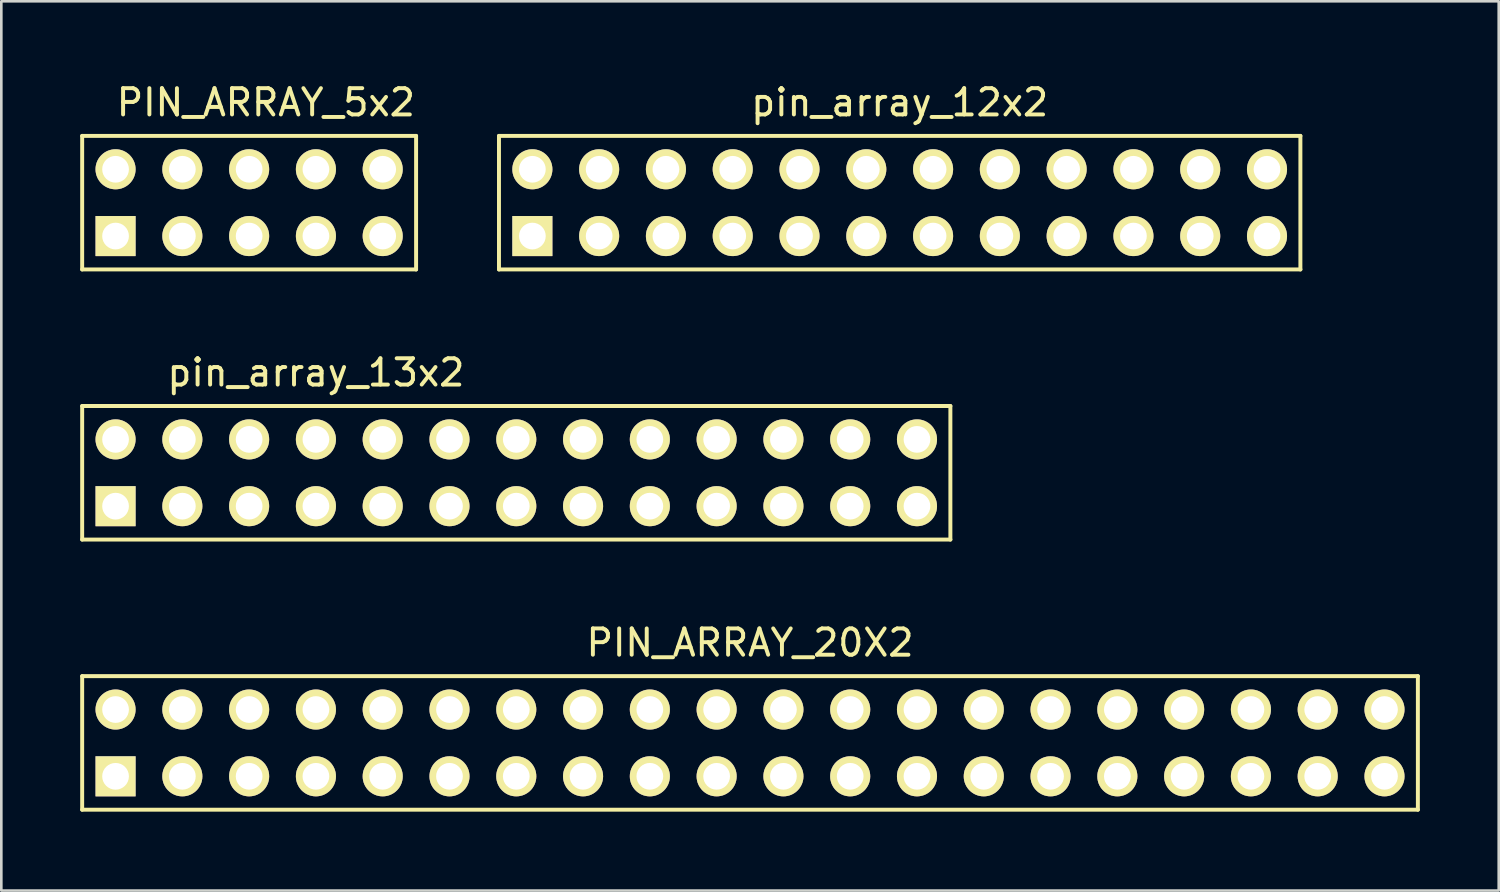
<source format=kicad_pcb>
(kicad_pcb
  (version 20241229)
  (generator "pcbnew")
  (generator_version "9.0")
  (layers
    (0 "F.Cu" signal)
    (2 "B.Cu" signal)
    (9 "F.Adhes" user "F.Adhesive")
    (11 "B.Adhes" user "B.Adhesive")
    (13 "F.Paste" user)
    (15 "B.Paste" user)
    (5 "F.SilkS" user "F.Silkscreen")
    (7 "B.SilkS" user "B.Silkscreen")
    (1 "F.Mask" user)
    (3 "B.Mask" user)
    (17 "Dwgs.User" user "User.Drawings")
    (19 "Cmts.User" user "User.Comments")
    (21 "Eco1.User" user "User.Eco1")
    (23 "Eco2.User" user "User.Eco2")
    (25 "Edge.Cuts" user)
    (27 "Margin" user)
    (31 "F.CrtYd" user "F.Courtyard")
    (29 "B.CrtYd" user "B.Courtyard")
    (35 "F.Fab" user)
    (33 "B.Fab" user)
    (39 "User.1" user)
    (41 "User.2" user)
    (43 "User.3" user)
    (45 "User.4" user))
  (footprint "pin_array_12x2"
    (layer "F.Cu")
    (at 31.167 4.658)
    (property "Reference" "pin_array_12x2" (at 0 -3.81 0) (layer "F.SilkS") (effects (font (size 1 1) (thickness 0.15))))
    (attr through_hole)
    (fp_line (start -15.24 -2.54) (end -15.24 2.54) (stroke (width 0.15) (type solid)) (layer "F.SilkS"))
    (fp_line (start -15.24 2.54) (end 15.24 2.54) (stroke (width 0.15) (type solid)) (layer "F.SilkS"))
    (fp_line (start 15.24 -2.54) (end -15.24 -2.54) (stroke (width 0.15) (type solid)) (layer "F.SilkS"))
    (fp_line (start 15.24 2.54) (end 15.24 -2.54) (stroke (width 0.15) (type solid)) (layer "F.SilkS"))
    (pad "1" thru_hole rect (at -13.97 1.27) (size 1.524 1.524) (drill 1.016) (layers "*.Cu" "*.Mask" "F.SilkS"))
    (pad "2" thru_hole circle (at -13.97 -1.27) (size 1.524 1.524) (drill 1.016) (layers "*.Cu" "*.Mask" "F.SilkS"))
    (pad "3" thru_hole circle (at -11.43 1.27) (size 1.524 1.524) (drill 1.016) (layers "*.Cu" "*.Mask" "F.SilkS"))
    (pad "4" thru_hole circle (at -11.43 -1.27) (size 1.524 1.524) (drill 1.016) (layers "*.Cu" "*.Mask" "F.SilkS"))
    (pad "5" thru_hole circle (at -8.89 1.27) (size 1.524 1.524) (drill 1.016) (layers "*.Cu" "*.Mask" "F.SilkS"))
    (pad "6" thru_hole circle (at -8.89 -1.27) (size 1.524 1.524) (drill 1.016) (layers "*.Cu" "*.Mask" "F.SilkS"))
    (pad "7" thru_hole circle (at -6.35 1.27) (size 1.524 1.524) (drill 1.016) (layers "*.Cu" "*.Mask" "F.SilkS"))
    (pad "8" thru_hole circle (at -6.35 -1.27) (size 1.524 1.524) (drill 1.016) (layers "*.Cu" "*.Mask" "F.SilkS"))
    (pad "9" thru_hole circle (at -3.81 1.27) (size 1.524 1.524) (drill 1.016) (layers "*.Cu" "*.Mask" "F.SilkS"))
    (pad "10" thru_hole circle (at -3.81 -1.27) (size 1.524 1.524) (drill 1.016) (layers "*.Cu" "*.Mask" "F.SilkS"))
    (pad "11" thru_hole circle (at -1.27 1.27) (size 1.524 1.524) (drill 1.016) (layers "*.Cu" "*.Mask" "F.SilkS"))
    (pad "12" thru_hole circle (at -1.27 -1.27) (size 1.524 1.524) (drill 1.016) (layers "*.Cu" "*.Mask" "F.SilkS"))
    (pad "13" thru_hole circle (at 1.27 1.27) (size 1.524 1.524) (drill 1.016) (layers "*.Cu" "*.Mask" "F.SilkS"))
    (pad "14" thru_hole circle (at 1.27 -1.27) (size 1.524 1.524) (drill 1.016) (layers "*.Cu" "*.Mask" "F.SilkS"))
    (pad "15" thru_hole circle (at 3.81 1.27) (size 1.524 1.524) (drill 1.016) (layers "*.Cu" "*.Mask" "F.SilkS"))
    (pad "16" thru_hole circle (at 3.81 -1.27) (size 1.524 1.524) (drill 1.016) (layers "*.Cu" "*.Mask" "F.SilkS"))
    (pad "17" thru_hole circle (at 6.35 1.27) (size 1.524 1.524) (drill 1.016) (layers "*.Cu" "*.Mask" "F.SilkS"))
    (pad "18" thru_hole circle (at 6.35 -1.27) (size 1.524 1.524) (drill 1.016) (layers "*.Cu" "*.Mask" "F.SilkS"))
    (pad "19" thru_hole circle (at 8.89 1.27) (size 1.524 1.524) (drill 1.016) (layers "*.Cu" "*.Mask" "F.SilkS"))
    (pad "20" thru_hole circle (at 8.89 -1.27) (size 1.524 1.524) (drill 1.016) (layers "*.Cu" "*.Mask" "F.SilkS"))
    (pad "21" thru_hole circle (at 11.43 1.27) (size 1.524 1.524) (drill 1.016) (layers "*.Cu" "*.Mask" "F.SilkS"))
    (pad "22" thru_hole circle (at 11.43 -1.27) (size 1.524 1.524) (drill 1.016) (layers "*.Cu" "*.Mask" "F.SilkS"))
    (pad "23" thru_hole circle (at 13.97 1.27) (size 1.524 1.524) (drill 1.016) (layers "*.Cu" "*.Mask" "F.SilkS"))
    (pad "24" thru_hole circle (at 13.97 -1.27) (size 1.524 1.524) (drill 1.016) (layers "*.Cu" "*.Mask" "F.SilkS")))
  (footprint "PIN_ARRAY_5x2"
    (layer "F.Cu")
    (at 6.425 4.658)
    (property "Reference" "PIN_ARRAY_5x2" (at 0.635 -3.81 0) (layer "F.SilkS") (effects (font (size 1 1) (thickness 0.15))))
    (attr through_hole)
    (fp_line (start -6.35 -2.54) (end 6.35 -2.54) (stroke (width 0.15) (type solid)) (layer "F.SilkS"))
    (fp_line (start -6.35 2.54) (end -6.35 -2.54) (stroke (width 0.15) (type solid)) (layer "F.SilkS"))
    (fp_line (start 6.35 -2.54) (end 6.35 2.54) (stroke (width 0.15) (type solid)) (layer "F.SilkS"))
    (fp_line (start 6.35 2.54) (end -6.35 2.54) (stroke (width 0.15) (type solid)) (layer "F.SilkS"))
    (pad "1" thru_hole rect (at -5.08 1.27) (size 1.524 1.524) (drill 1.016) (layers "*.Cu" "*.Mask" "F.SilkS"))
    (pad "2" thru_hole circle (at -5.08 -1.27) (size 1.524 1.524) (drill 1.016) (layers "*.Cu" "*.Mask" "F.SilkS"))
    (pad "3" thru_hole circle (at -2.54 1.27) (size 1.524 1.524) (drill 1.016) (layers "*.Cu" "*.Mask" "F.SilkS"))
    (pad "4" thru_hole circle (at -2.54 -1.27) (size 1.524 1.524) (drill 1.016) (layers "*.Cu" "*.Mask" "F.SilkS"))
    (pad "5" thru_hole circle (at 0 1.27) (size 1.524 1.524) (drill 1.016) (layers "*.Cu" "*.Mask" "F.SilkS"))
    (pad "6" thru_hole circle (at 0 -1.27) (size 1.524 1.524) (drill 1.016) (layers "*.Cu" "*.Mask" "F.SilkS"))
    (pad "7" thru_hole circle (at 2.54 1.27) (size 1.524 1.524) (drill 1.016) (layers "*.Cu" "*.Mask" "F.SilkS"))
    (pad "8" thru_hole circle (at 2.54 -1.27) (size 1.524 1.524) (drill 1.016) (layers "*.Cu" "*.Mask" "F.SilkS"))
    (pad "9" thru_hole circle (at 5.08 1.27) (size 1.524 1.524) (drill 1.016) (layers "*.Cu" "*.Mask" "F.SilkS"))
    (pad "10" thru_hole circle (at 5.08 -1.27) (size 1.524 1.524) (drill 1.016) (layers "*.Cu" "*.Mask" "F.SilkS")))
  (footprint "pin_array_13x2"
    (layer "F.Cu")
    (at 16.585 14.931)
    (property "Reference" "pin_array_13x2" (at -7.62 -3.81 0) (layer "F.SilkS") (effects (font (size 1 1) (thickness 0.15))))
    (attr through_hole)
    (fp_line (start -16.51 -2.54) (end -16.51 2.54) (stroke (width 0.15) (type solid)) (layer "F.SilkS"))
    (fp_line (start -16.51 2.54) (end 16.51 2.54) (stroke (width 0.15) (type solid)) (layer "F.SilkS"))
    (fp_line (start 16.51 -2.54) (end -16.51 -2.54) (stroke (width 0.15) (type solid)) (layer "F.SilkS"))
    (fp_line (start 16.51 2.54) (end 16.51 -2.54) (stroke (width 0.15) (type solid)) (layer "F.SilkS"))
    (pad "1" thru_hole rect (at -15.24 1.27) (size 1.524 1.524) (drill 1.016) (layers "*.Cu" "*.Mask" "F.SilkS"))
    (pad "2" thru_hole circle (at -15.24 -1.27) (size 1.524 1.524) (drill 1.016) (layers "*.Cu" "*.Mask" "F.SilkS"))
    (pad "3" thru_hole circle (at -12.7 1.27) (size 1.524 1.524) (drill 1.016) (layers "*.Cu" "*.Mask" "F.SilkS"))
    (pad "4" thru_hole circle (at -12.7 -1.27) (size 1.524 1.524) (drill 1.016) (layers "*.Cu" "*.Mask" "F.SilkS"))
    (pad "5" thru_hole circle (at -10.16 1.27) (size 1.524 1.524) (drill 1.016) (layers "*.Cu" "*.Mask" "F.SilkS"))
    (pad "6" thru_hole circle (at -10.16 -1.27) (size 1.524 1.524) (drill 1.016) (layers "*.Cu" "*.Mask" "F.SilkS"))
    (pad "7" thru_hole circle (at -7.62 1.27) (size 1.524 1.524) (drill 1.016) (layers "*.Cu" "*.Mask" "F.SilkS"))
    (pad "8" thru_hole circle (at -7.62 -1.27) (size 1.524 1.524) (drill 1.016) (layers "*.Cu" "*.Mask" "F.SilkS"))
    (pad "9" thru_hole circle (at -5.08 1.27) (size 1.524 1.524) (drill 1.016) (layers "*.Cu" "*.Mask" "F.SilkS"))
    (pad "10" thru_hole circle (at -5.08 -1.27) (size 1.524 1.524) (drill 1.016) (layers "*.Cu" "*.Mask" "F.SilkS"))
    (pad "11" thru_hole circle (at -2.54 1.27) (size 1.524 1.524) (drill 1.016) (layers "*.Cu" "*.Mask" "F.SilkS"))
    (pad "12" thru_hole circle (at -2.54 -1.27) (size 1.524 1.524) (drill 1.016) (layers "*.Cu" "*.Mask" "F.SilkS"))
    (pad "13" thru_hole circle (at 0 1.27) (size 1.524 1.524) (drill 1.016) (layers "*.Cu" "*.Mask" "F.SilkS"))
    (pad "14" thru_hole circle (at 0 -1.27) (size 1.524 1.524) (drill 1.016) (layers "*.Cu" "*.Mask" "F.SilkS"))
    (pad "15" thru_hole circle (at 2.54 1.27) (size 1.524 1.524) (drill 1.016) (layers "*.Cu" "*.Mask" "F.SilkS"))
    (pad "16" thru_hole circle (at 2.54 -1.27) (size 1.524 1.524) (drill 1.016) (layers "*.Cu" "*.Mask" "F.SilkS"))
    (pad "17" thru_hole circle (at 5.08 1.27) (size 1.524 1.524) (drill 1.016) (layers "*.Cu" "*.Mask" "F.SilkS"))
    (pad "18" thru_hole circle (at 5.08 -1.27) (size 1.524 1.524) (drill 1.016) (layers "*.Cu" "*.Mask" "F.SilkS"))
    (pad "19" thru_hole circle (at 7.62 1.27) (size 1.524 1.524) (drill 1.016) (layers "*.Cu" "*.Mask" "F.SilkS"))
    (pad "20" thru_hole circle (at 7.62 -1.27) (size 1.524 1.524) (drill 1.016) (layers "*.Cu" "*.Mask" "F.SilkS"))
    (pad "21" thru_hole circle (at 10.16 1.27) (size 1.524 1.524) (drill 1.016) (layers "*.Cu" "*.Mask" "F.SilkS"))
    (pad "22" thru_hole circle (at 10.16 -1.27) (size 1.524 1.524) (drill 1.016) (layers "*.Cu" "*.Mask" "F.SilkS"))
    (pad "23" thru_hole circle (at 12.7 1.27) (size 1.524 1.524) (drill 1.016) (layers "*.Cu" "*.Mask" "F.SilkS"))
    (pad "24" thru_hole circle (at 12.7 -1.27) (size 1.524 1.524) (drill 1.016) (layers "*.Cu" "*.Mask" "F.SilkS"))
    (pad "25" thru_hole circle (at 15.24 1.27) (size 1.524 1.524) (drill 1.016) (layers "*.Cu" "*.Mask" "F.SilkS"))
    (pad "26" thru_hole circle (at 15.24 -1.27) (size 1.524 1.524) (drill 1.016) (layers "*.Cu" "*.Mask" "F.SilkS")))
  (footprint "PIN_ARRAY_20X2"
    (layer "F.Cu")
    (at 25.475 25.205)
    (property "Reference" "PIN_ARRAY_20X2" (at 0 -3.81 0) (layer "F.SilkS") (effects (font (size 1 1) (thickness 0.15))))
    (attr through_hole)
    (fp_line (start -25.4 -2.54) (end -25.4 2.54) (stroke (width 0.15) (type solid)) (layer "F.SilkS"))
    (fp_line (start 25.4 -2.54) (end -25.4 -2.54) (stroke (width 0.15) (type solid)) (layer "F.SilkS"))
    (fp_line (start 25.4 -2.54) (end 25.4 2.54) (stroke (width 0.15) (type solid)) (layer "F.SilkS"))
    (fp_line (start 25.4 2.54) (end -25.4 2.54) (stroke (width 0.15) (type solid)) (layer "F.SilkS"))
    (pad "1" thru_hole rect (at -24.13 1.27) (size 1.524 1.524) (drill 1.016) (layers "*.Cu" "*.Mask" "F.SilkS"))
    (pad "2" thru_hole circle (at -24.13 -1.27) (size 1.524 1.524) (drill 1.016) (layers "*.Cu" "*.Mask" "F.SilkS"))
    (pad "3" thru_hole circle (at -21.59 1.27) (size 1.524 1.524) (drill 1.016) (layers "*.Cu" "*.Mask" "F.SilkS"))
    (pad "4" thru_hole circle (at -21.59 -1.27) (size 1.524 1.524) (drill 1.016) (layers "*.Cu" "*.Mask" "F.SilkS"))
    (pad "5" thru_hole circle (at -19.05 1.27) (size 1.524 1.524) (drill 1.016) (layers "*.Cu" "*.Mask" "F.SilkS"))
    (pad "6" thru_hole circle (at -19.05 -1.27) (size 1.524 1.524) (drill 1.016) (layers "*.Cu" "*.Mask" "F.SilkS"))
    (pad "7" thru_hole circle (at -16.51 1.27) (size 1.524 1.524) (drill 1.016) (layers "*.Cu" "*.Mask" "F.SilkS"))
    (pad "8" thru_hole circle (at -16.51 -1.27) (size 1.524 1.524) (drill 1.016) (layers "*.Cu" "*.Mask" "F.SilkS"))
    (pad "9" thru_hole circle (at -13.97 1.27) (size 1.524 1.524) (drill 1.016) (layers "*.Cu" "*.Mask" "F.SilkS"))
    (pad "10" thru_hole circle (at -13.97 -1.27) (size 1.524 1.524) (drill 1.016) (layers "*.Cu" "*.Mask" "F.SilkS"))
    (pad "11" thru_hole circle (at -11.43 1.27) (size 1.524 1.524) (drill 1.016) (layers "*.Cu" "*.Mask" "F.SilkS"))
    (pad "12" thru_hole circle (at -11.43 -1.27) (size 1.524 1.524) (drill 1.016) (layers "*.Cu" "*.Mask" "F.SilkS"))
    (pad "13" thru_hole circle (at -8.89 1.27) (size 1.524 1.524) (drill 1.016) (layers "*.Cu" "*.Mask" "F.SilkS"))
    (pad "14" thru_hole circle (at -8.89 -1.27) (size 1.524 1.524) (drill 1.016) (layers "*.Cu" "*.Mask" "F.SilkS"))
    (pad "15" thru_hole circle (at -6.35 1.27) (size 1.524 1.524) (drill 1.016) (layers "*.Cu" "*.Mask" "F.SilkS"))
    (pad "16" thru_hole circle (at -6.35 -1.27) (size 1.524 1.524) (drill 1.016) (layers "*.Cu" "*.Mask" "F.SilkS"))
    (pad "17" thru_hole circle (at -3.81 1.27) (size 1.524 1.524) (drill 1.016) (layers "*.Cu" "*.Mask" "F.SilkS"))
    (pad "18" thru_hole circle (at -3.81 -1.27) (size 1.524 1.524) (drill 1.016) (layers "*.Cu" "*.Mask" "F.SilkS"))
    (pad "19" thru_hole circle (at -1.27 1.27) (size 1.524 1.524) (drill 1.016) (layers "*.Cu" "*.Mask" "F.SilkS"))
    (pad "20" thru_hole circle (at -1.27 -1.27) (size 1.524 1.524) (drill 1.016) (layers "*.Cu" "*.Mask" "F.SilkS"))
    (pad "21" thru_hole circle (at 1.27 1.27) (size 1.524 1.524) (drill 1.016) (layers "*.Cu" "*.Mask" "F.SilkS"))
    (pad "22" thru_hole circle (at 1.27 -1.27) (size 1.524 1.524) (drill 1.016) (layers "*.Cu" "*.Mask" "F.SilkS"))
    (pad "23" thru_hole circle (at 3.81 1.27) (size 1.524 1.524) (drill 1.016) (layers "*.Cu" "*.Mask" "F.SilkS"))
    (pad "24" thru_hole circle (at 3.81 -1.27) (size 1.524 1.524) (drill 1.016) (layers "*.Cu" "*.Mask" "F.SilkS"))
    (pad "25" thru_hole circle (at 6.35 1.27) (size 1.524 1.524) (drill 1.016) (layers "*.Cu" "*.Mask" "F.SilkS"))
    (pad "26" thru_hole circle (at 6.35 -1.27) (size 1.524 1.524) (drill 1.016) (layers "*.Cu" "*.Mask" "F.SilkS"))
    (pad "27" thru_hole circle (at 8.89 1.27) (size 1.524 1.524) (drill 1.016) (layers "*.Cu" "*.Mask" "F.SilkS"))
    (pad "28" thru_hole circle (at 8.89 -1.27) (size 1.524 1.524) (drill 1.016) (layers "*.Cu" "*.Mask" "F.SilkS"))
    (pad "29" thru_hole circle (at 11.43 1.27) (size 1.524 1.524) (drill 1.016) (layers "*.Cu" "*.Mask" "F.SilkS"))
    (pad "30" thru_hole circle (at 11.43 -1.27) (size 1.524 1.524) (drill 1.016) (layers "*.Cu" "*.Mask" "F.SilkS"))
    (pad "31" thru_hole circle (at 13.97 1.27) (size 1.524 1.524) (drill 1.016) (layers "*.Cu" "*.Mask" "F.SilkS"))
    (pad "32" thru_hole circle (at 13.97 -1.27) (size 1.524 1.524) (drill 1.016) (layers "*.Cu" "*.Mask" "F.SilkS"))
    (pad "33" thru_hole circle (at 16.51 1.27) (size 1.524 1.524) (drill 1.016) (layers "*.Cu" "*.Mask" "F.SilkS"))
    (pad "34" thru_hole circle (at 16.51 -1.27) (size 1.524 1.524) (drill 1.016) (layers "*.Cu" "*.Mask" "F.SilkS"))
    (pad "35" thru_hole circle (at 19.05 1.27) (size 1.524 1.524) (drill 1.016) (layers "*.Cu" "*.Mask" "F.SilkS"))
    (pad "36" thru_hole circle (at 19.05 -1.27) (size 1.524 1.524) (drill 1.016) (layers "*.Cu" "*.Mask" "F.SilkS"))
    (pad "37" thru_hole circle (at 21.59 1.27) (size 1.524 1.524) (drill 1.016) (layers "*.Cu" "*.Mask" "F.SilkS"))
    (pad "38" thru_hole circle (at 21.59 -1.27) (size 1.524 1.524) (drill 1.016) (layers "*.Cu" "*.Mask" "F.SilkS"))
    (pad "39" thru_hole circle (at 24.13 1.27) (size 1.524 1.524) (drill 1.016) (layers "*.Cu" "*.Mask" "F.SilkS"))
    (pad "40" thru_hole circle (at 24.13 -1.27) (size 1.524 1.524) (drill 1.016) (layers "*.Cu" "*.Mask" "F.SilkS")))
  (gr_rect
    (start -3 -3)
    (end 53.95 30.82)
    (stroke (width 0.1) (type default))
    (fill no)
    (layer "Edge.Cuts")))
</source>
